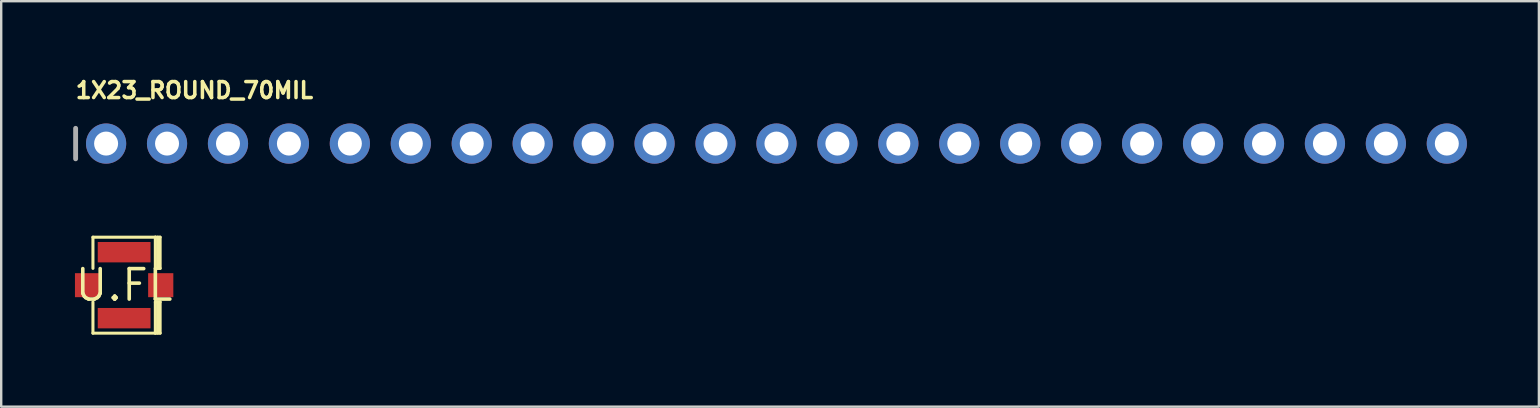
<source format=kicad_pcb>
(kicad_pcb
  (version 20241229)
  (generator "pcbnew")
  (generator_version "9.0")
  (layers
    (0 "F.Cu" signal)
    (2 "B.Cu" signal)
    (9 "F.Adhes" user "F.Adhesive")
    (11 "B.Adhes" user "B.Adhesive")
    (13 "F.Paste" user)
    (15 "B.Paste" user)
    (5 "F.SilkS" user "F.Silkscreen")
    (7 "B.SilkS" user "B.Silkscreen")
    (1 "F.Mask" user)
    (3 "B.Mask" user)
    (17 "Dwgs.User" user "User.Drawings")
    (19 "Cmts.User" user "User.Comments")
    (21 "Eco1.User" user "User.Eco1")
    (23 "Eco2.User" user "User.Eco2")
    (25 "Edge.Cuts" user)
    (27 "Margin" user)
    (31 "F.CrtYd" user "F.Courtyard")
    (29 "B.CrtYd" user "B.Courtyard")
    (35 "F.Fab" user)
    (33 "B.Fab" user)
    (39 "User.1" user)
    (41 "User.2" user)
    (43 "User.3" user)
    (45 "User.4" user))
  (footprint "U.FL"
    (layer "F.Cu")
    (at 2.124 8.836)
    (property "Reference" "U.FL" (at 0 0 0) (layer "F.SilkS") (effects (font (size 1.27 1.27) (thickness 0.15))))
    (fp_line (start -1.3 -0.7) (end -1.3 -2) (stroke (width 0.127) (type solid)) (layer "F.SilkS"))
    (fp_line (start -1.3 2) (end -1.3 0.7) (stroke (width 0.127) (type solid)) (layer "F.SilkS"))
    (fp_line (start -1.3 2) (end 1.3 2) (stroke (width 0.127) (type solid)) (layer "F.SilkS"))
    (fp_line (start 1.3 -2) (end -1.3 -2) (stroke (width 0.127) (type solid)) (layer "F.SilkS"))
    (fp_line (start 1.3 -0.7) (end 1.3 -2) (stroke (width 0.127) (type solid)) (layer "F.SilkS"))
    (fp_line (start 1.3 2) (end 1.3 0.7) (stroke (width 0.127) (type solid)) (layer "F.SilkS"))
    (fp_line (start 1.4 -0.7) (end 1.4 -2) (stroke (width 0.127) (type solid)) (layer "F.SilkS"))
    (fp_line (start 1.4 2) (end 1.4 0.7) (stroke (width 0.127) (type solid)) (layer "F.SilkS"))
    (fp_line (start 1.5 -2) (end 1.3 -2) (stroke (width 0.127) (type solid)) (layer "F.SilkS"))
    (fp_line (start 1.5 -0.7) (end 1.3 -0.7) (stroke (width 0.127) (type solid)) (layer "F.SilkS"))
    (fp_line (start 1.5 -0.7) (end 1.5 -2) (stroke (width 0.127) (type solid)) (layer "F.SilkS"))
    (fp_line (start 1.5 0.7) (end 1.3 0.7) (stroke (width 0.127) (type solid)) (layer "F.SilkS"))
    (fp_line (start 1.5 2) (end 1.3 2) (stroke (width 0.127) (type solid)) (layer "F.SilkS"))
    (fp_line (start 1.5 2) (end 1.5 0.7) (stroke (width 0.127) (type solid)) (layer "F.SilkS"))
    (pad "P$1" smd rect (at 0 -1.375) (size 2.2 0.85) (layers "F.Cu" "F.Mask" "F.Paste"))
    (pad "P$2" smd rect (at 0 1.375) (size 2.2 0.85) (layers "F.Cu" "F.Mask" "F.Paste"))
    (pad "P$3" smd rect (at 1.525 0) (size 1.05 1) (layers "F.Cu" "F.Mask" "F.Paste"))
    (pad "P$4" smd rect (at -1.525 0) (size 1.05 1) (layers "F.Cu" "F.Mask" "F.Paste"))
    (zone (net_name "") (layer "F.Cu") (hatch edge 0.5) (connect_pads) (min_thickness 0.25) (filled_areas_thickness no) (keepout (tracks not_allowed) (vias not_allowed) (pads not_allowed) (copperpour not_allowed) (footprints allowed)) (placement (enabled no)) (fill) (polygon (pts (xy 1.235 9.661) (xy 3.013 9.661) (xy 3.013 8.01) (xy 1.235 8.01)))))
  (footprint "1X23_ROUND_70MIL"
    (layer "F.Cu")
    (at 29.312 2.934)
    (property "Reference" "1X23_ROUND_70MIL" (at -29.286 -1.829 0) (layer "F.SilkS") (effects (font (size 0.666 0.666) (thickness 0.146)) (justify left bottom)))
    (fp_line (start -29.21 -0.635) (end -29.21 0.635) (stroke (width 0.203) (type solid)) (layer "F.Fab"))
    (fp_poly (pts (xy -28.194 0.254) (xy -27.686 0.254) (xy -27.686 -0.254) (xy -28.194 -0.254)) (stroke (width 0.1) (type default)) (fill no) (layer "F.Fab"))
    (fp_poly (pts (xy -25.654 0.254) (xy -25.146 0.254) (xy -25.146 -0.254) (xy -25.654 -0.254)) (stroke (width 0.1) (type default)) (fill no) (layer "F.Fab"))
    (fp_poly (pts (xy -23.114 0.254) (xy -22.606 0.254) (xy -22.606 -0.254) (xy -23.114 -0.254)) (stroke (width 0.1) (type default)) (fill no) (layer "F.Fab"))
    (fp_poly (pts (xy -20.574 0.254) (xy -20.066 0.254) (xy -20.066 -0.254) (xy -20.574 -0.254)) (stroke (width 0.1) (type default)) (fill no) (layer "F.Fab"))
    (fp_poly (pts (xy -18.034 0.254) (xy -17.526 0.254) (xy -17.526 -0.254) (xy -18.034 -0.254)) (stroke (width 0.1) (type default)) (fill no) (layer "F.Fab"))
    (fp_poly (pts (xy -15.494 0.254) (xy -14.986 0.254) (xy -14.986 -0.254) (xy -15.494 -0.254)) (stroke (width 0.1) (type default)) (fill no) (layer "F.Fab"))
    (fp_poly (pts (xy -12.954 0.254) (xy -12.446 0.254) (xy -12.446 -0.254) (xy -12.954 -0.254)) (stroke (width 0.1) (type default)) (fill no) (layer "F.Fab"))
    (fp_poly (pts (xy -10.414 0.254) (xy -9.906 0.254) (xy -9.906 -0.254) (xy -10.414 -0.254)) (stroke (width 0.1) (type default)) (fill no) (layer "F.Fab"))
    (fp_poly (pts (xy -7.874 0.254) (xy -7.366 0.254) (xy -7.366 -0.254) (xy -7.874 -0.254)) (stroke (width 0.1) (type default)) (fill no) (layer "F.Fab"))
    (fp_poly (pts (xy -5.334 0.254) (xy -4.826 0.254) (xy -4.826 -0.254) (xy -5.334 -0.254)) (stroke (width 0.1) (type default)) (fill no) (layer "F.Fab"))
    (fp_poly (pts (xy -2.794 0.254) (xy -2.286 0.254) (xy -2.286 -0.254) (xy -2.794 -0.254)) (stroke (width 0.1) (type default)) (fill no) (layer "F.Fab"))
    (fp_poly (pts (xy -0.254 0.254) (xy 0.254 0.254) (xy 0.254 -0.254) (xy -0.254 -0.254)) (stroke (width 0.1) (type default)) (fill no) (layer "F.Fab"))
    (fp_poly (pts (xy 2.286 0.254) (xy 2.794 0.254) (xy 2.794 -0.254) (xy 2.286 -0.254)) (stroke (width 0.1) (type default)) (fill no) (layer "F.Fab"))
    (fp_poly (pts (xy 4.826 0.254) (xy 5.334 0.254) (xy 5.334 -0.254) (xy 4.826 -0.254)) (stroke (width 0.1) (type default)) (fill no) (layer "F.Fab"))
    (fp_poly (pts (xy 7.366 0.254) (xy 7.874 0.254) (xy 7.874 -0.254) (xy 7.366 -0.254)) (stroke (width 0.1) (type default)) (fill no) (layer "F.Fab"))
    (fp_poly (pts (xy 9.906 0.254) (xy 10.414 0.254) (xy 10.414 -0.254) (xy 9.906 -0.254)) (stroke (width 0.1) (type default)) (fill no) (layer "F.Fab"))
    (fp_poly (pts (xy 12.446 0.254) (xy 12.954 0.254) (xy 12.954 -0.254) (xy 12.446 -0.254)) (stroke (width 0.1) (type default)) (fill no) (layer "F.Fab"))
    (fp_poly (pts (xy 14.986 0.254) (xy 15.494 0.254) (xy 15.494 -0.254) (xy 14.986 -0.254)) (stroke (width 0.1) (type default)) (fill no) (layer "F.Fab"))
    (fp_poly (pts (xy 17.526 0.254) (xy 18.034 0.254) (xy 18.034 -0.254) (xy 17.526 -0.254)) (stroke (width 0.1) (type default)) (fill no) (layer "F.Fab"))
    (fp_poly (pts (xy 20.066 0.254) (xy 20.574 0.254) (xy 20.574 -0.254) (xy 20.066 -0.254)) (stroke (width 0.1) (type default)) (fill no) (layer "F.Fab"))
    (fp_poly (pts (xy 22.606 0.254) (xy 23.114 0.254) (xy 23.114 -0.254) (xy 22.606 -0.254)) (stroke (width 0.1) (type default)) (fill no) (layer "F.Fab"))
    (fp_poly (pts (xy 25.146 0.254) (xy 25.654 0.254) (xy 25.654 -0.254) (xy 25.146 -0.254)) (stroke (width 0.1) (type default)) (fill no) (layer "F.Fab"))
    (fp_poly (pts (xy 27.686 0.254) (xy 28.194 0.254) (xy 28.194 -0.254) (xy 27.686 -0.254)) (stroke (width 0.1) (type default)) (fill no) (layer "F.Fab"))
    (pad "1" thru_hole circle (at -27.94 0 90) (size 1.676 1.676) (drill 1) (layers "*.Cu" "*.Mask"))
    (pad "2" thru_hole circle (at -25.4 0 90) (size 1.676 1.676) (drill 1) (layers "*.Cu" "*.Mask"))
    (pad "3" thru_hole circle (at -22.86 0 90) (size 1.676 1.676) (drill 1) (layers "*.Cu" "*.Mask"))
    (pad "4" thru_hole circle (at -20.32 0 90) (size 1.676 1.676) (drill 1) (layers "*.Cu" "*.Mask"))
    (pad "5" thru_hole circle (at -17.78 0 90) (size 1.676 1.676) (drill 1) (layers "*.Cu" "*.Mask"))
    (pad "6" thru_hole circle (at -15.24 0 90) (size 1.676 1.676) (drill 1) (layers "*.Cu" "*.Mask"))
    (pad "7" thru_hole circle (at -12.7 0 90) (size 1.676 1.676) (drill 1) (layers "*.Cu" "*.Mask"))
    (pad "8" thru_hole circle (at -10.16 0 90) (size 1.676 1.676) (drill 1) (layers "*.Cu" "*.Mask"))
    (pad "9" thru_hole circle (at -7.62 0 90) (size 1.676 1.676) (drill 1) (layers "*.Cu" "*.Mask"))
    (pad "10" thru_hole circle (at -5.08 0 90) (size 1.676 1.676) (drill 1) (layers "*.Cu" "*.Mask"))
    (pad "11" thru_hole circle (at -2.54 0 90) (size 1.676 1.676) (drill 1) (layers "*.Cu" "*.Mask"))
    (pad "12" thru_hole circle (at 0 0 90) (size 1.676 1.676) (drill 1) (layers "*.Cu" "*.Mask"))
    (pad "13" thru_hole circle (at 2.54 0 90) (size 1.676 1.676) (drill 1) (layers "*.Cu" "*.Mask"))
    (pad "14" thru_hole circle (at 5.08 0 90) (size 1.676 1.676) (drill 1) (layers "*.Cu" "*.Mask"))
    (pad "15" thru_hole circle (at 7.62 0 90) (size 1.676 1.676) (drill 1) (layers "*.Cu" "*.Mask"))
    (pad "16" thru_hole circle (at 10.16 0 90) (size 1.676 1.676) (drill 1) (layers "*.Cu" "*.Mask"))
    (pad "17" thru_hole circle (at 12.7 0 90) (size 1.676 1.676) (drill 1) (layers "*.Cu" "*.Mask"))
    (pad "18" thru_hole circle (at 15.24 0 90) (size 1.676 1.676) (drill 1) (layers "*.Cu" "*.Mask"))
    (pad "19" thru_hole circle (at 17.78 0 90) (size 1.676 1.676) (drill 1) (layers "*.Cu" "*.Mask"))
    (pad "20" thru_hole circle (at 20.32 0 90) (size 1.676 1.676) (drill 1) (layers "*.Cu" "*.Mask"))
    (pad "21" thru_hole circle (at 22.86 0 90) (size 1.676 1.676) (drill 1) (layers "*.Cu" "*.Mask"))
    (pad "22" thru_hole circle (at 25.4 0 90) (size 1.676 1.676) (drill 1) (layers "*.Cu" "*.Mask"))
    (pad "23" thru_hole circle (at 27.94 0 90) (size 1.676 1.676) (drill 1) (layers "*.Cu" "*.Mask")))
  (gr_rect
    (start -3 -3)
    (end 61.09 13.899)
    (stroke (width 0.1) (type default))
    (fill no)
    (layer "Edge.Cuts")))
</source>
